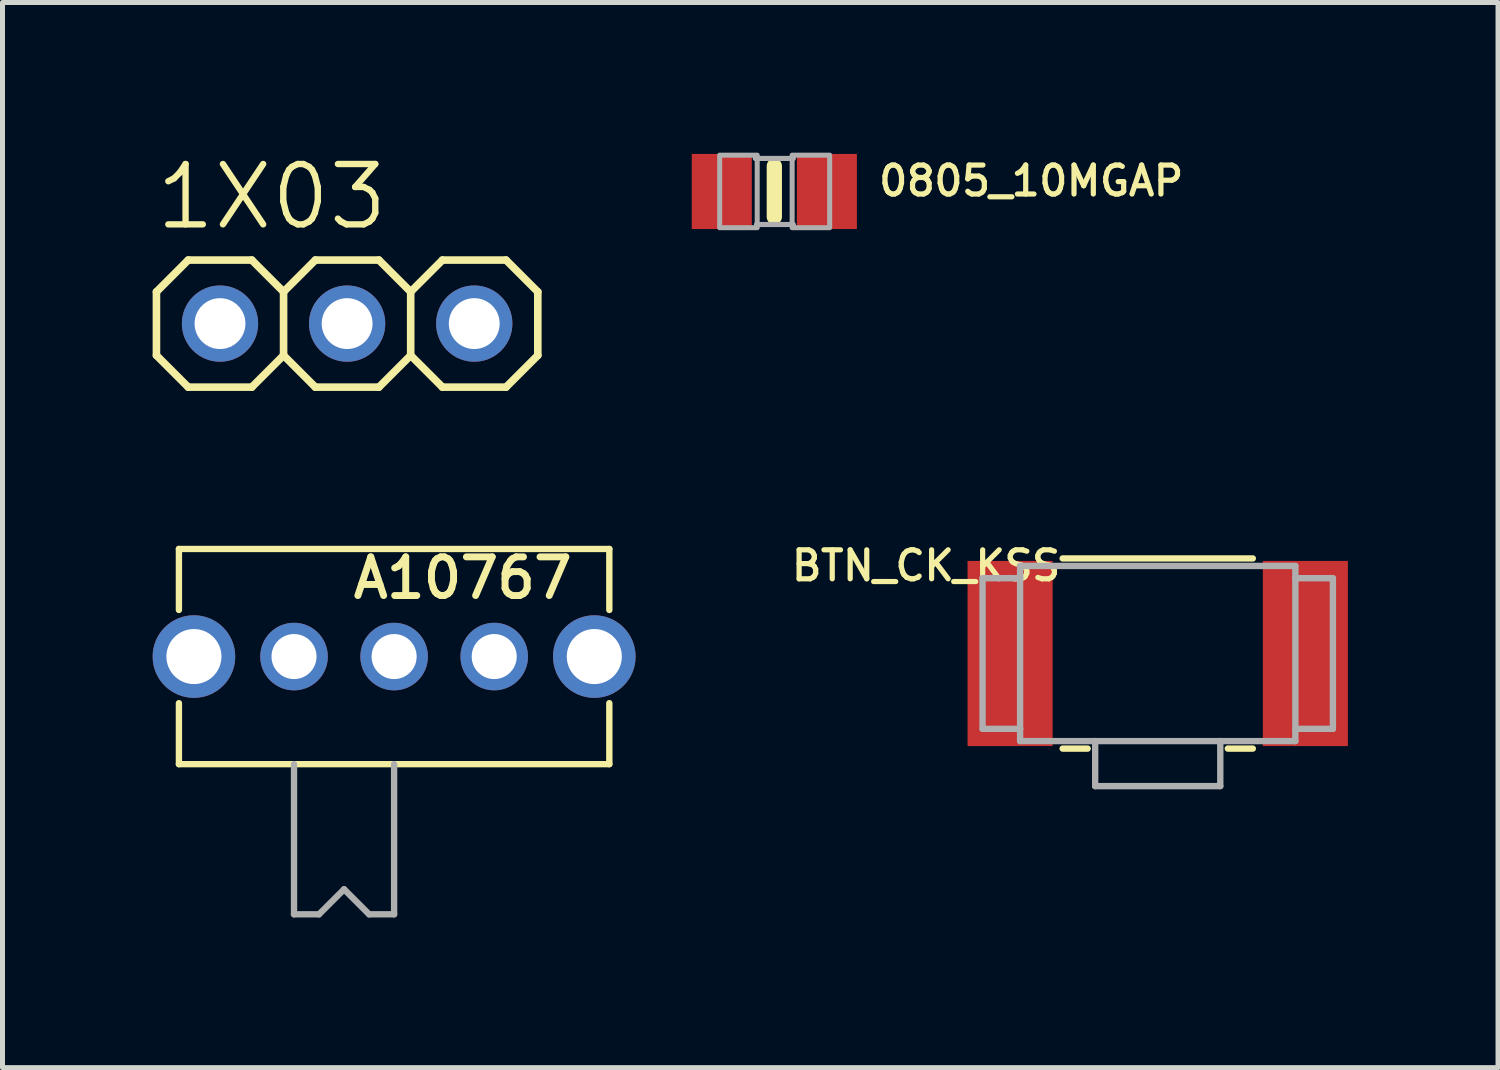
<source format=kicad_pcb>
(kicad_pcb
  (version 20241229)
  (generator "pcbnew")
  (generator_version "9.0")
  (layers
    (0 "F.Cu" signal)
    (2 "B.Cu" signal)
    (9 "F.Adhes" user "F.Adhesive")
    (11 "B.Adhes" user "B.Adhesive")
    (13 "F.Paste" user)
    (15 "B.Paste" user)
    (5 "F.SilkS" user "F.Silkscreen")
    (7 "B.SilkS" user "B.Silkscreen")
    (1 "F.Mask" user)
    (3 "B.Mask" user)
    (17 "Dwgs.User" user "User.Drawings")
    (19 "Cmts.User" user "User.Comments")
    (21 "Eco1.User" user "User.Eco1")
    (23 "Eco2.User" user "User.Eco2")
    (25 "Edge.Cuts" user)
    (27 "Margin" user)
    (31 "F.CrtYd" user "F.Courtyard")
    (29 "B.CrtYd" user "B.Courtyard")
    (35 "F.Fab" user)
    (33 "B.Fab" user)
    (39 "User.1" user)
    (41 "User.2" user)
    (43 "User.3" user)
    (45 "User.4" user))
  (footprint "1X03"
    (layer "F.Cu")
    (at 3.886 3.416)
    (property "Reference" "1X03" (at -3.886 -1.829 0) (layer "F.SilkS") (effects (font (size 1.206 1.206) (thickness 0.127)) (justify left bottom)))
    (attr through_hole)
    (fp_line (start -3.81 -0.635) (end -3.81 0.635) (stroke (width 0.152) (type solid)) (layer "F.SilkS"))
    (fp_line (start -3.81 0.635) (end -3.175 1.27) (stroke (width 0.152) (type solid)) (layer "F.SilkS"))
    (fp_line (start -3.175 -1.27) (end -3.81 -0.635) (stroke (width 0.152) (type solid)) (layer "F.SilkS"))
    (fp_line (start -3.175 -1.27) (end -1.905 -1.27) (stroke (width 0.152) (type solid)) (layer "F.SilkS"))
    (fp_line (start -1.905 -1.27) (end -1.27 -0.635) (stroke (width 0.152) (type solid)) (layer "F.SilkS"))
    (fp_line (start -1.905 1.27) (end -3.175 1.27) (stroke (width 0.152) (type solid)) (layer "F.SilkS"))
    (fp_line (start -1.27 -0.635) (end -1.27 0.635) (stroke (width 0.152) (type solid)) (layer "F.SilkS"))
    (fp_line (start -1.27 -0.635) (end -0.635 -1.27) (stroke (width 0.152) (type solid)) (layer "F.SilkS"))
    (fp_line (start -1.27 0.635) (end -1.905 1.27) (stroke (width 0.152) (type solid)) (layer "F.SilkS"))
    (fp_line (start -0.635 -1.27) (end 0.635 -1.27) (stroke (width 0.152) (type solid)) (layer "F.SilkS"))
    (fp_line (start -0.635 1.27) (end -1.27 0.635) (stroke (width 0.152) (type solid)) (layer "F.SilkS"))
    (fp_line (start 0.635 -1.27) (end 1.27 -0.635) (stroke (width 0.152) (type solid)) (layer "F.SilkS"))
    (fp_line (start 0.635 1.27) (end -0.635 1.27) (stroke (width 0.152) (type solid)) (layer "F.SilkS"))
    (fp_line (start 1.27 -0.635) (end 1.27 0.635) (stroke (width 0.152) (type solid)) (layer "F.SilkS"))
    (fp_line (start 1.27 -0.635) (end 1.905 -1.27) (stroke (width 0.152) (type solid)) (layer "F.SilkS"))
    (fp_line (start 1.27 0.635) (end 0.635 1.27) (stroke (width 0.152) (type solid)) (layer "F.SilkS"))
    (fp_line (start 1.905 -1.27) (end 3.175 -1.27) (stroke (width 0.152) (type solid)) (layer "F.SilkS"))
    (fp_line (start 1.905 1.27) (end 1.27 0.635) (stroke (width 0.152) (type solid)) (layer "F.SilkS"))
    (fp_line (start 3.175 -1.27) (end 3.81 -0.635) (stroke (width 0.152) (type solid)) (layer "F.SilkS"))
    (fp_line (start 3.175 1.27) (end 1.905 1.27) (stroke (width 0.152) (type solid)) (layer "F.SilkS"))
    (fp_line (start 3.81 -0.635) (end 3.81 0.635) (stroke (width 0.152) (type solid)) (layer "F.SilkS"))
    (fp_line (start 3.81 0.635) (end 3.175 1.27) (stroke (width 0.152) (type solid)) (layer "F.SilkS"))
    (fp_poly (pts (xy -2.794 0.254) (xy -2.286 0.254) (xy -2.286 -0.254) (xy -2.794 -0.254)) (stroke (width 0.1) (type solid)) (fill no) (layer "F.Fab"))
    (fp_poly (pts (xy -0.254 0.254) (xy 0.254 0.254) (xy 0.254 -0.254) (xy -0.254 -0.254)) (stroke (width 0.1) (type solid)) (fill no) (layer "F.Fab"))
    (fp_poly (pts (xy 2.286 0.254) (xy 2.794 0.254) (xy 2.794 -0.254) (xy 2.286 -0.254)) (stroke (width 0.1) (type solid)) (fill no) (layer "F.Fab"))
    (pad "1" thru_hole circle (at -2.54 0 90) (size 1.524 1.524) (drill 1.016) (layers "*.Cu" "*.Mask"))
    (pad "2" thru_hole circle (at 0 0 90) (size 1.524 1.524) (drill 1.016) (layers "*.Cu" "*.Mask"))
    (pad "3" thru_hole circle (at 2.54 0 90) (size 1.524 1.524) (drill 1.016) (layers "*.Cu" "*.Mask")))
  (footprint "BTN_CK_KSS"
    (layer "F.Cu")
    (at 20.083 10.008)
    (property "Reference" "BTN_CK_KSS" (at -1.886 -2.094 0) (layer "F.SilkS") (effects (font (size 0.579 0.579) (thickness 0.104)) (justify right top)))
    (attr through_hole)
    (fp_line (start -1.9 -1.9) (end 1.9 -1.9) (stroke (width 0.127) (type solid)) (layer "F.SilkS"))
    (fp_line (start -1.9 1.9) (end -1.4 1.9) (stroke (width 0.127) (type solid)) (layer "F.SilkS"))
    (fp_line (start 1.4 1.9) (end 1.9 1.9) (stroke (width 0.127) (type solid)) (layer "F.SilkS"))
    (fp_line (start -3.5 -1.505) (end -2.75 -1.505) (stroke (width 0.127) (type solid)) (layer "F.Fab"))
    (fp_line (start -3.5 1.505) (end -3.5 -1.505) (stroke (width 0.127) (type solid)) (layer "F.Fab"))
    (fp_line (start -2.75 -1.75) (end 2.75 -1.75) (stroke (width 0.127) (type solid)) (layer "F.Fab"))
    (fp_line (start -2.75 -1.505) (end -2.75 -1.75) (stroke (width 0.127) (type solid)) (layer "F.Fab"))
    (fp_line (start -2.75 1.505) (end -3.5 1.505) (stroke (width 0.127) (type solid)) (layer "F.Fab"))
    (fp_line (start -2.75 1.505) (end -2.75 -1.505) (stroke (width 0.127) (type solid)) (layer "F.Fab"))
    (fp_line (start -2.75 1.75) (end -2.75 1.505) (stroke (width 0.127) (type solid)) (layer "F.Fab"))
    (fp_line (start -1.25 1.75) (end -2.75 1.75) (stroke (width 0.127) (type solid)) (layer "F.Fab"))
    (fp_line (start -1.25 2.65) (end -1.25 1.75) (stroke (width 0.127) (type solid)) (layer "F.Fab"))
    (fp_line (start -1.25 2.65) (end 1.25 2.65) (stroke (width 0.127) (type solid)) (layer "F.Fab"))
    (fp_line (start 1.25 1.75) (end -1.25 1.75) (stroke (width 0.127) (type solid)) (layer "F.Fab"))
    (fp_line (start 1.25 2.65) (end 1.25 1.75) (stroke (width 0.127) (type solid)) (layer "F.Fab"))
    (fp_line (start 2.75 -1.75) (end 2.75 -1.505) (stroke (width 0.127) (type solid)) (layer "F.Fab"))
    (fp_line (start 2.75 -1.505) (end 2.75 1.505) (stroke (width 0.127) (type solid)) (layer "F.Fab"))
    (fp_line (start 2.75 -1.505) (end 3.5 -1.505) (stroke (width 0.127) (type solid)) (layer "F.Fab"))
    (fp_line (start 2.75 1.505) (end 2.75 1.75) (stroke (width 0.127) (type solid)) (layer "F.Fab"))
    (fp_line (start 2.75 1.75) (end 1.25 1.75) (stroke (width 0.127) (type solid)) (layer "F.Fab"))
    (fp_line (start 3.5 -1.505) (end 3.5 1.505) (stroke (width 0.127) (type solid)) (layer "F.Fab"))
    (fp_line (start 3.5 1.505) (end 2.75 1.505) (stroke (width 0.127) (type solid)) (layer "F.Fab"))
    (pad "P$1" smd rect (at -2.95 0) (size 1.7 3.7) (layers "F.Cu" "F.Mask" "F.Paste"))
    (pad "P$2" smd rect (at 2.95 0) (size 1.7 3.7) (layers "F.Cu" "F.Mask" "F.Paste")))
  (footprint "A10767"
    (layer "F.Cu")
    (at 4.825 10.069)
    (property "Reference" "A10767" (at -0.889 -1.118 0) (unlocked yes) (layer "F.SilkS") (effects (font (size 0.772 0.772) (thickness 0.139)) (justify left bottom)))
    (attr through_hole)
    (fp_line (start -4.3 -2.15) (end 4.3 -2.15) (stroke (width 0.127) (type solid)) (layer "F.SilkS"))
    (fp_line (start -4.3 -0.931) (end -4.3 -2.15) (stroke (width 0.127) (type solid)) (layer "F.SilkS"))
    (fp_line (start -4.3 0.931) (end -4.3 2.15) (stroke (width 0.127) (type solid)) (layer "F.SilkS"))
    (fp_line (start -2 2.15) (end -4.3 2.15) (stroke (width 0.127) (type solid)) (layer "F.SilkS"))
    (fp_line (start 0 2.15) (end -2 2.15) (stroke (width 0.127) (type solid)) (layer "F.SilkS"))
    (fp_line (start 4.3 -0.931) (end 4.3 -2.15) (stroke (width 0.127) (type solid)) (layer "F.SilkS"))
    (fp_line (start 4.3 0.931) (end 4.3 2.15) (stroke (width 0.127) (type solid)) (layer "F.SilkS"))
    (fp_line (start 4.3 2.15) (end 0 2.15) (stroke (width 0.127) (type solid)) (layer "F.SilkS"))
    (fp_line (start -2 2.15) (end -2 5.15) (stroke (width 0.127) (type solid)) (layer "F.Fab"))
    (fp_line (start -2 5.15) (end -1.5 5.15) (stroke (width 0.127) (type solid)) (layer "F.Fab"))
    (fp_line (start -1.5 5.15) (end -1 4.65) (stroke (width 0.127) (type solid)) (layer "F.Fab"))
    (fp_line (start -1 4.65) (end -0.5 5.15) (stroke (width 0.127) (type solid)) (layer "F.Fab"))
    (fp_line (start -0.5 5.15) (end 0 5.15) (stroke (width 0.127) (type solid)) (layer "F.Fab"))
    (fp_line (start 0 5.15) (end 0 2.15) (stroke (width 0.127) (type solid)) (layer "F.Fab"))
    (pad "MP1" thru_hole circle (at -4 0) (size 1.65 1.65) (drill 1.1) (layers "*.Cu" "*.Mask"))
    (pad "MP2" thru_hole circle (at 4 0) (size 1.65 1.65) (drill 1.1) (layers "*.Cu" "*.Mask"))
    (pad "P$1" thru_hole circle (at -2 0) (size 1.35 1.35) (drill 0.9) (layers "*.Cu" "*.Mask"))
    (pad "P$2" thru_hole circle (at 0 0) (size 1.35 1.35) (drill 0.9) (layers "*.Cu" "*.Mask"))
    (pad "P$3" thru_hole circle (at 2 0) (size 1.35 1.35) (drill 0.9) (layers "*.Cu" "*.Mask")))
  (footprint "0805_10MGAP"
    (layer "F.Cu")
    (at 12.422 0.776)
    (property "Reference" "0805_10MGAP" (at 2.032 0.127 180) (layer "F.SilkS") (effects (font (size 0.579 0.579) (thickness 0.104)) (justify left bottom)))
    (attr through_hole)
    (fp_line (start 0 -0.508) (end 0 0.508) (stroke (width 0.305) (type solid)) (layer "F.SilkS"))
    (fp_line (start -0.381 -0.66) (end 0.381 -0.66) (stroke (width 0.102) (type solid)) (layer "F.Fab"))
    (fp_line (start -0.356 0.66) (end 0.381 0.66) (stroke (width 0.102) (type solid)) (layer "F.Fab"))
    (fp_poly (pts (xy -1.092 0.724) (xy -0.342 0.724) (xy -0.342 -0.726) (xy -1.092 -0.726)) (stroke (width 0.1) (type solid)) (fill no) (layer "F.Fab"))
    (fp_poly (pts (xy 0.356 0.724) (xy 1.106 0.724) (xy 1.106 -0.726) (xy 0.356 -0.726)) (stroke (width 0.1) (type solid)) (fill no) (layer "F.Fab"))
    (pad "1" smd rect (at -1.05 0) (size 1.2 1.5) (layers "F.Cu" "F.Mask" "F.Paste"))
    (pad "2" smd rect (at 1.05 0) (size 1.2 1.5) (layers "F.Cu" "F.Mask" "F.Paste")))
  (gr_rect
    (start -3 -3)
    (end 26.883 18.283)
    (stroke (width 0.1) (type default))
    (fill no)
    (layer "Edge.Cuts")))
</source>
